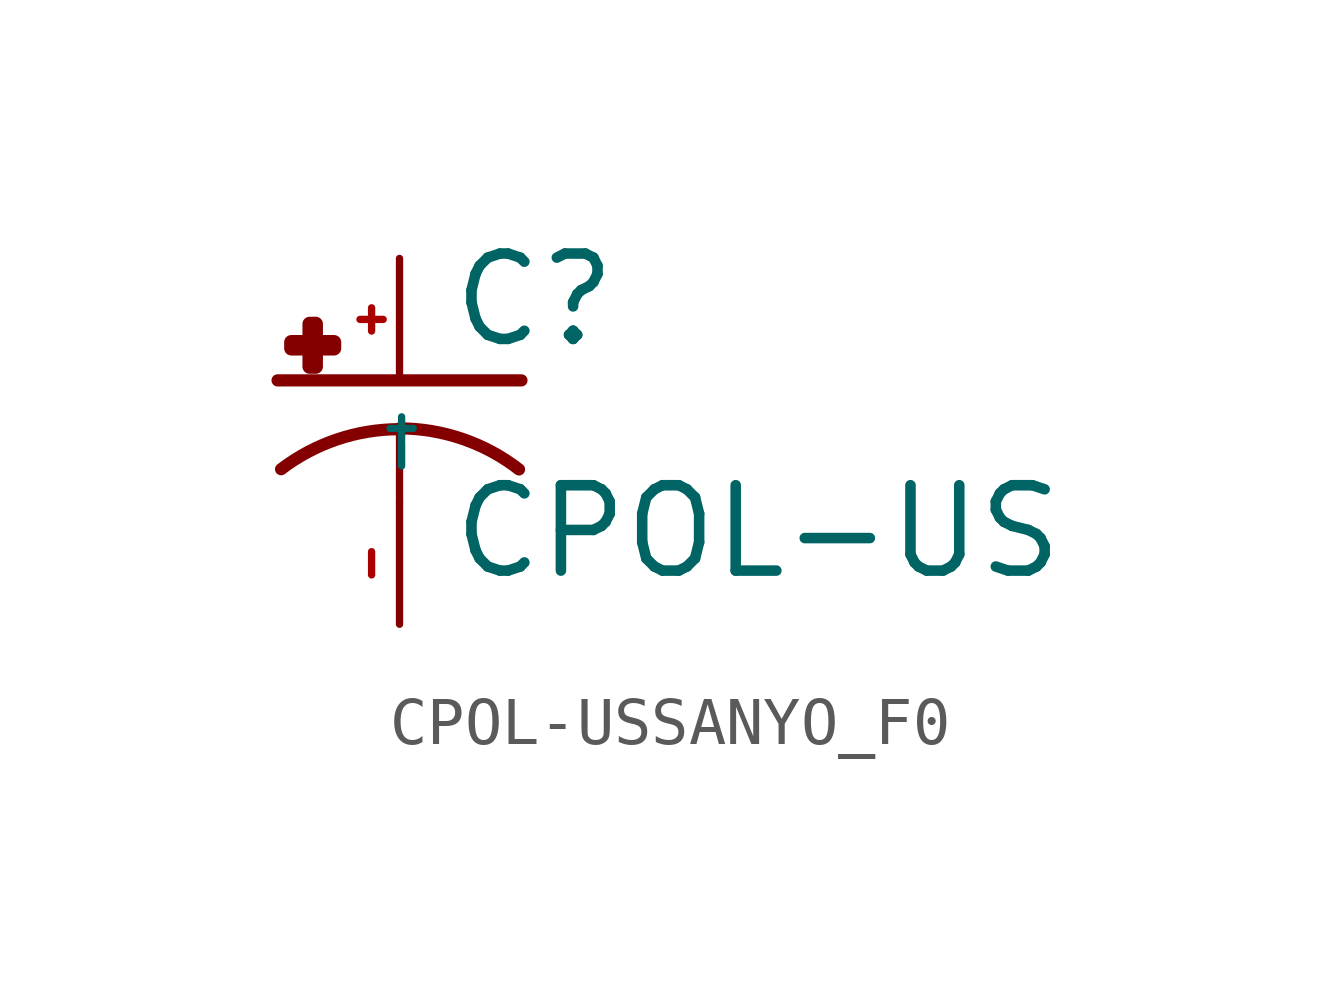
<source format=kicad_sym>
(kicad_symbol_lib
  (version 20220914)
  (generator Eagle2Kicad)
  (symbol "CPOL-USSANYO_F0"
    (property "Reference" "C"
      (at 1.016 0.635 0)
      (effects (font (size 1.778 1.778) (thickness 0.22)) (justify left bottom)))
    (property "Value" "CPOL-US"
      (at 1.016 -4.191 0)
      (effects (font (size 1.778 1.778) (thickness 0.22)) (justify left bottom)))
    (polyline
      (pts (xy -2.54 0) (xy 2.54 0))
      (stroke (width 0.254) (type default))
      (fill (type none)))
    (polyline
      (pts (xy 0 -1.016) (xy 0 -2.54))
      (stroke (width 0.152) (type default))
      (fill (type none)))
    (arc
      (start 2.4892 -1.8542)
      (mid 1.316 -1.220)
      (end 0 -1)
      (stroke (width 0.254) (type default))
      (fill (type none)))
    (arc
      (start 0 -1.0161)
      (mid -1.302 -1.230)
      (end -2.4669 -1.8504)
      (stroke (width 0.254) (type default))
      (fill (type none)))
    (rectangle
      (start -2.253 0.668)
      (end -1.364 0.795)
      (stroke (width 0.3) (type default))
      (fill (type outline)))
    (rectangle
      (start -1.872 0.287)
      (end -1.745 1.176)
      (stroke (width 0.3) (type default))
      (fill (type outline)))
    (pin passive line
      (at 0 2.54 270)
      (length 2.54)
      (name "+" (effects (font (size 0.635 0.635) (thickness 0.08)) (justify left bottom)))
      (number "+" (effects (font (size 0.635 0.635) (thickness 0.08)) (justify left bottom))))
    (pin passive line
      (at 0 -5.08 90)
      (length 2.54)
      (name "-" (effects (font (size 0.635 0.635) (thickness 0.08)) (justify left bottom)))
      (number "-" (effects (font (size 0.635 0.635) (thickness 0.08)) (justify left bottom))))))
</source>
